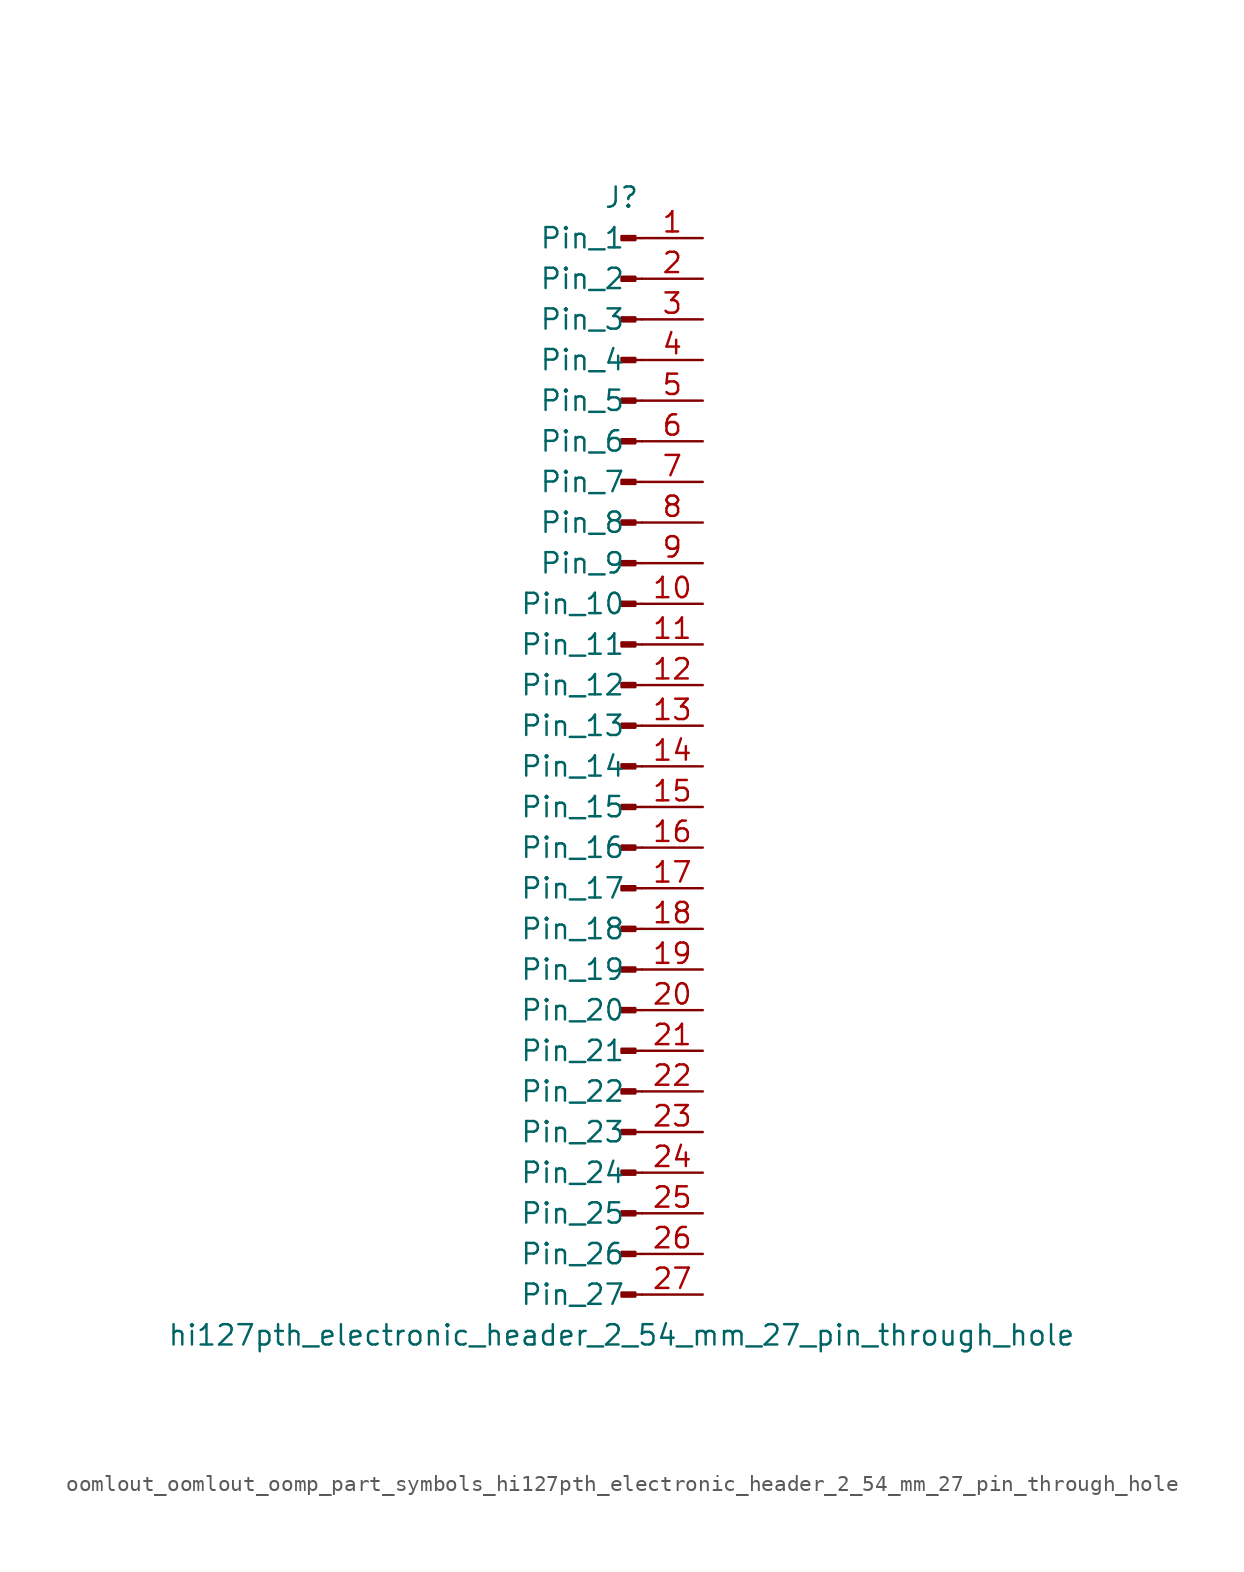
<source format=kicad_sym>
(kicad_symbol_lib
  (version 20220914)
  (generator kicad_symbol_editor)
  (symbol "oomlout_oomlout_oomp_part_symbols_hi127pth_electronic_header_2_54_mm_27_pin_through_hole"
    (pin_names
      (offset 1.016))
    (property "Reference" "J"
      (at 0 35.56 0)
      (effects (font (size 1.27 1.27))))
    (property "Value" "hi127pth_electronic_header_2_54_mm_27_pin_through_hole"
      (at 0 -35.56 0)
      (effects (font (size 1.27 1.27))))
    (property "ki_locked" ""
      (at 0 0 0)
      (effects (font (size 1.27 1.27))))
    (symbol "oomlout_oomlout_oomp_part_symbols_hi127pth_electronic_header_2_54_mm_27_pin_through_hole_1_1"
      (polyline (pts (xy 1.27 -33.02) (xy 0.864 -33.02)) (stroke (width 0.152) (type default)) (fill (type none)))
      (polyline (pts (xy 1.27 -30.48) (xy 0.864 -30.48)) (stroke (width 0.152) (type default)) (fill (type none)))
      (polyline (pts (xy 1.27 -27.94) (xy 0.864 -27.94)) (stroke (width 0.152) (type default)) (fill (type none)))
      (polyline (pts (xy 1.27 -25.4) (xy 0.864 -25.4)) (stroke (width 0.152) (type default)) (fill (type none)))
      (polyline (pts (xy 1.27 -22.86) (xy 0.864 -22.86)) (stroke (width 0.152) (type default)) (fill (type none)))
      (polyline (pts (xy 1.27 -20.32) (xy 0.864 -20.32)) (stroke (width 0.152) (type default)) (fill (type none)))
      (polyline (pts (xy 1.27 -17.78) (xy 0.864 -17.78)) (stroke (width 0.152) (type default)) (fill (type none)))
      (polyline (pts (xy 1.27 -15.24) (xy 0.864 -15.24)) (stroke (width 0.152) (type default)) (fill (type none)))
      (polyline (pts (xy 1.27 -12.7) (xy 0.864 -12.7)) (stroke (width 0.152) (type default)) (fill (type none)))
      (polyline (pts (xy 1.27 -10.16) (xy 0.864 -10.16)) (stroke (width 0.152) (type default)) (fill (type none)))
      (polyline (pts (xy 1.27 -7.62) (xy 0.864 -7.62)) (stroke (width 0.152) (type default)) (fill (type none)))
      (polyline (pts (xy 1.27 -5.08) (xy 0.864 -5.08)) (stroke (width 0.152) (type default)) (fill (type none)))
      (polyline (pts (xy 1.27 -2.54) (xy 0.864 -2.54)) (stroke (width 0.152) (type default)) (fill (type none)))
      (polyline (pts (xy 1.27 0) (xy 0.864 0)) (stroke (width 0.152) (type default)) (fill (type none)))
      (polyline (pts (xy 1.27 2.54) (xy 0.864 2.54)) (stroke (width 0.152) (type default)) (fill (type none)))
      (polyline (pts (xy 1.27 5.08) (xy 0.864 5.08)) (stroke (width 0.152) (type default)) (fill (type none)))
      (polyline (pts (xy 1.27 7.62) (xy 0.864 7.62)) (stroke (width 0.152) (type default)) (fill (type none)))
      (polyline (pts (xy 1.27 10.16) (xy 0.864 10.16)) (stroke (width 0.152) (type default)) (fill (type none)))
      (polyline (pts (xy 1.27 12.7) (xy 0.864 12.7)) (stroke (width 0.152) (type default)) (fill (type none)))
      (polyline (pts (xy 1.27 15.24) (xy 0.864 15.24)) (stroke (width 0.152) (type default)) (fill (type none)))
      (polyline (pts (xy 1.27 17.78) (xy 0.864 17.78)) (stroke (width 0.152) (type default)) (fill (type none)))
      (polyline (pts (xy 1.27 20.32) (xy 0.864 20.32)) (stroke (width 0.152) (type default)) (fill (type none)))
      (polyline (pts (xy 1.27 22.86) (xy 0.864 22.86)) (stroke (width 0.152) (type default)) (fill (type none)))
      (polyline (pts (xy 1.27 25.4) (xy 0.864 25.4)) (stroke (width 0.152) (type default)) (fill (type none)))
      (polyline (pts (xy 1.27 27.94) (xy 0.864 27.94)) (stroke (width 0.152) (type default)) (fill (type none)))
      (polyline (pts (xy 1.27 30.48) (xy 0.864 30.48)) (stroke (width 0.152) (type default)) (fill (type none)))
      (polyline (pts (xy 1.27 33.02) (xy 0.864 33.02)) (stroke (width 0.152) (type default)) (fill (type none)))
      (rectangle (start 0.864 -32.893) (end 0 -33.147) (stroke (width 0.152) (type default)) (fill (type outline)))
      (rectangle (start 0.864 -30.353) (end 0 -30.607) (stroke (width 0.152) (type default)) (fill (type outline)))
      (rectangle (start 0.864 -27.813) (end 0 -28.067) (stroke (width 0.152) (type default)) (fill (type outline)))
      (rectangle (start 0.864 -25.273) (end 0 -25.527) (stroke (width 0.152) (type default)) (fill (type outline)))
      (rectangle (start 0.864 -22.733) (end 0 -22.987) (stroke (width 0.152) (type default)) (fill (type outline)))
      (rectangle (start 0.864 -20.193) (end 0 -20.447) (stroke (width 0.152) (type default)) (fill (type outline)))
      (rectangle (start 0.864 -17.653) (end 0 -17.907) (stroke (width 0.152) (type default)) (fill (type outline)))
      (rectangle (start 0.864 -15.113) (end 0 -15.367) (stroke (width 0.152) (type default)) (fill (type outline)))
      (rectangle (start 0.864 -12.573) (end 0 -12.827) (stroke (width 0.152) (type default)) (fill (type outline)))
      (rectangle (start 0.864 -10.033) (end 0 -10.287) (stroke (width 0.152) (type default)) (fill (type outline)))
      (rectangle (start 0.864 -7.493) (end 0 -7.747) (stroke (width 0.152) (type default)) (fill (type outline)))
      (rectangle (start 0.864 -4.953) (end 0 -5.207) (stroke (width 0.152) (type default)) (fill (type outline)))
      (rectangle (start 0.864 -2.413) (end 0 -2.667) (stroke (width 0.152) (type default)) (fill (type outline)))
      (rectangle (start 0.864 0.127) (end 0 -0.127) (stroke (width 0.152) (type default)) (fill (type outline)))
      (rectangle (start 0.864 2.667) (end 0 2.413) (stroke (width 0.152) (type default)) (fill (type outline)))
      (rectangle (start 0.864 5.207) (end 0 4.953) (stroke (width 0.152) (type default)) (fill (type outline)))
      (rectangle (start 0.864 7.747) (end 0 7.493) (stroke (width 0.152) (type default)) (fill (type outline)))
      (rectangle (start 0.864 10.287) (end 0 10.033) (stroke (width 0.152) (type default)) (fill (type outline)))
      (rectangle (start 0.864 12.827) (end 0 12.573) (stroke (width 0.152) (type default)) (fill (type outline)))
      (rectangle (start 0.864 15.367) (end 0 15.113) (stroke (width 0.152) (type default)) (fill (type outline)))
      (rectangle (start 0.864 17.907) (end 0 17.653) (stroke (width 0.152) (type default)) (fill (type outline)))
      (rectangle (start 0.864 20.447) (end 0 20.193) (stroke (width 0.152) (type default)) (fill (type outline)))
      (rectangle (start 0.864 22.987) (end 0 22.733) (stroke (width 0.152) (type default)) (fill (type outline)))
      (rectangle (start 0.864 25.527) (end 0 25.273) (stroke (width 0.152) (type default)) (fill (type outline)))
      (rectangle (start 0.864 28.067) (end 0 27.813) (stroke (width 0.152) (type default)) (fill (type outline)))
      (rectangle (start 0.864 30.607) (end 0 30.353) (stroke (width 0.152) (type default)) (fill (type outline)))
      (rectangle (start 0.864 33.147) (end 0 32.893) (stroke (width 0.152) (type default)) (fill (type outline)))
      (pin passive line (at 5.08 33.02 180) (length 3.81) (name "Pin_1" (effects (font (size 1.27 1.27)))) (number "1" (effects (font (size 1.27 1.27)))))
      (pin passive line (at 5.08 10.16 180) (length 3.81) (name "Pin_10" (effects (font (size 1.27 1.27)))) (number "10" (effects (font (size 1.27 1.27)))))
      (pin passive line (at 5.08 7.62 180) (length 3.81) (name "Pin_11" (effects (font (size 1.27 1.27)))) (number "11" (effects (font (size 1.27 1.27)))))
      (pin passive line (at 5.08 5.08 180) (length 3.81) (name "Pin_12" (effects (font (size 1.27 1.27)))) (number "12" (effects (font (size 1.27 1.27)))))
      (pin passive line (at 5.08 2.54 180) (length 3.81) (name "Pin_13" (effects (font (size 1.27 1.27)))) (number "13" (effects (font (size 1.27 1.27)))))
      (pin passive line (at 5.08 0 180) (length 3.81) (name "Pin_14" (effects (font (size 1.27 1.27)))) (number "14" (effects (font (size 1.27 1.27)))))
      (pin passive line (at 5.08 -2.54 180) (length 3.81) (name "Pin_15" (effects (font (size 1.27 1.27)))) (number "15" (effects (font (size 1.27 1.27)))))
      (pin passive line (at 5.08 -5.08 180) (length 3.81) (name "Pin_16" (effects (font (size 1.27 1.27)))) (number "16" (effects (font (size 1.27 1.27)))))
      (pin passive line (at 5.08 -7.62 180) (length 3.81) (name "Pin_17" (effects (font (size 1.27 1.27)))) (number "17" (effects (font (size 1.27 1.27)))))
      (pin passive line (at 5.08 -10.16 180) (length 3.81) (name "Pin_18" (effects (font (size 1.27 1.27)))) (number "18" (effects (font (size 1.27 1.27)))))
      (pin passive line (at 5.08 -12.7 180) (length 3.81) (name "Pin_19" (effects (font (size 1.27 1.27)))) (number "19" (effects (font (size 1.27 1.27)))))
      (pin passive line (at 5.08 30.48 180) (length 3.81) (name "Pin_2" (effects (font (size 1.27 1.27)))) (number "2" (effects (font (size 1.27 1.27)))))
      (pin passive line (at 5.08 -15.24 180) (length 3.81) (name "Pin_20" (effects (font (size 1.27 1.27)))) (number "20" (effects (font (size 1.27 1.27)))))
      (pin passive line (at 5.08 -17.78 180) (length 3.81) (name "Pin_21" (effects (font (size 1.27 1.27)))) (number "21" (effects (font (size 1.27 1.27)))))
      (pin passive line (at 5.08 -20.32 180) (length 3.81) (name "Pin_22" (effects (font (size 1.27 1.27)))) (number "22" (effects (font (size 1.27 1.27)))))
      (pin passive line (at 5.08 -22.86 180) (length 3.81) (name "Pin_23" (effects (font (size 1.27 1.27)))) (number "23" (effects (font (size 1.27 1.27)))))
      (pin passive line (at 5.08 -25.4 180) (length 3.81) (name "Pin_24" (effects (font (size 1.27 1.27)))) (number "24" (effects (font (size 1.27 1.27)))))
      (pin passive line (at 5.08 -27.94 180) (length 3.81) (name "Pin_25" (effects (font (size 1.27 1.27)))) (number "25" (effects (font (size 1.27 1.27)))))
      (pin passive line (at 5.08 -30.48 180) (length 3.81) (name "Pin_26" (effects (font (size 1.27 1.27)))) (number "26" (effects (font (size 1.27 1.27)))))
      (pin passive line (at 5.08 -33.02 180) (length 3.81) (name "Pin_27" (effects (font (size 1.27 1.27)))) (number "27" (effects (font (size 1.27 1.27)))))
      (pin passive line (at 5.08 27.94 180) (length 3.81) (name "Pin_3" (effects (font (size 1.27 1.27)))) (number "3" (effects (font (size 1.27 1.27)))))
      (pin passive line (at 5.08 25.4 180) (length 3.81) (name "Pin_4" (effects (font (size 1.27 1.27)))) (number "4" (effects (font (size 1.27 1.27)))))
      (pin passive line (at 5.08 22.86 180) (length 3.81) (name "Pin_5" (effects (font (size 1.27 1.27)))) (number "5" (effects (font (size 1.27 1.27)))))
      (pin passive line (at 5.08 20.32 180) (length 3.81) (name "Pin_6" (effects (font (size 1.27 1.27)))) (number "6" (effects (font (size 1.27 1.27)))))
      (pin passive line (at 5.08 17.78 180) (length 3.81) (name "Pin_7" (effects (font (size 1.27 1.27)))) (number "7" (effects (font (size 1.27 1.27)))))
      (pin passive line (at 5.08 15.24 180) (length 3.81) (name "Pin_8" (effects (font (size 1.27 1.27)))) (number "8" (effects (font (size 1.27 1.27)))))
      (pin passive line (at 5.08 12.7 180) (length 3.81) (name "Pin_9" (effects (font (size 1.27 1.27)))) (number "9" (effects (font (size 1.27 1.27))))))))
</source>
